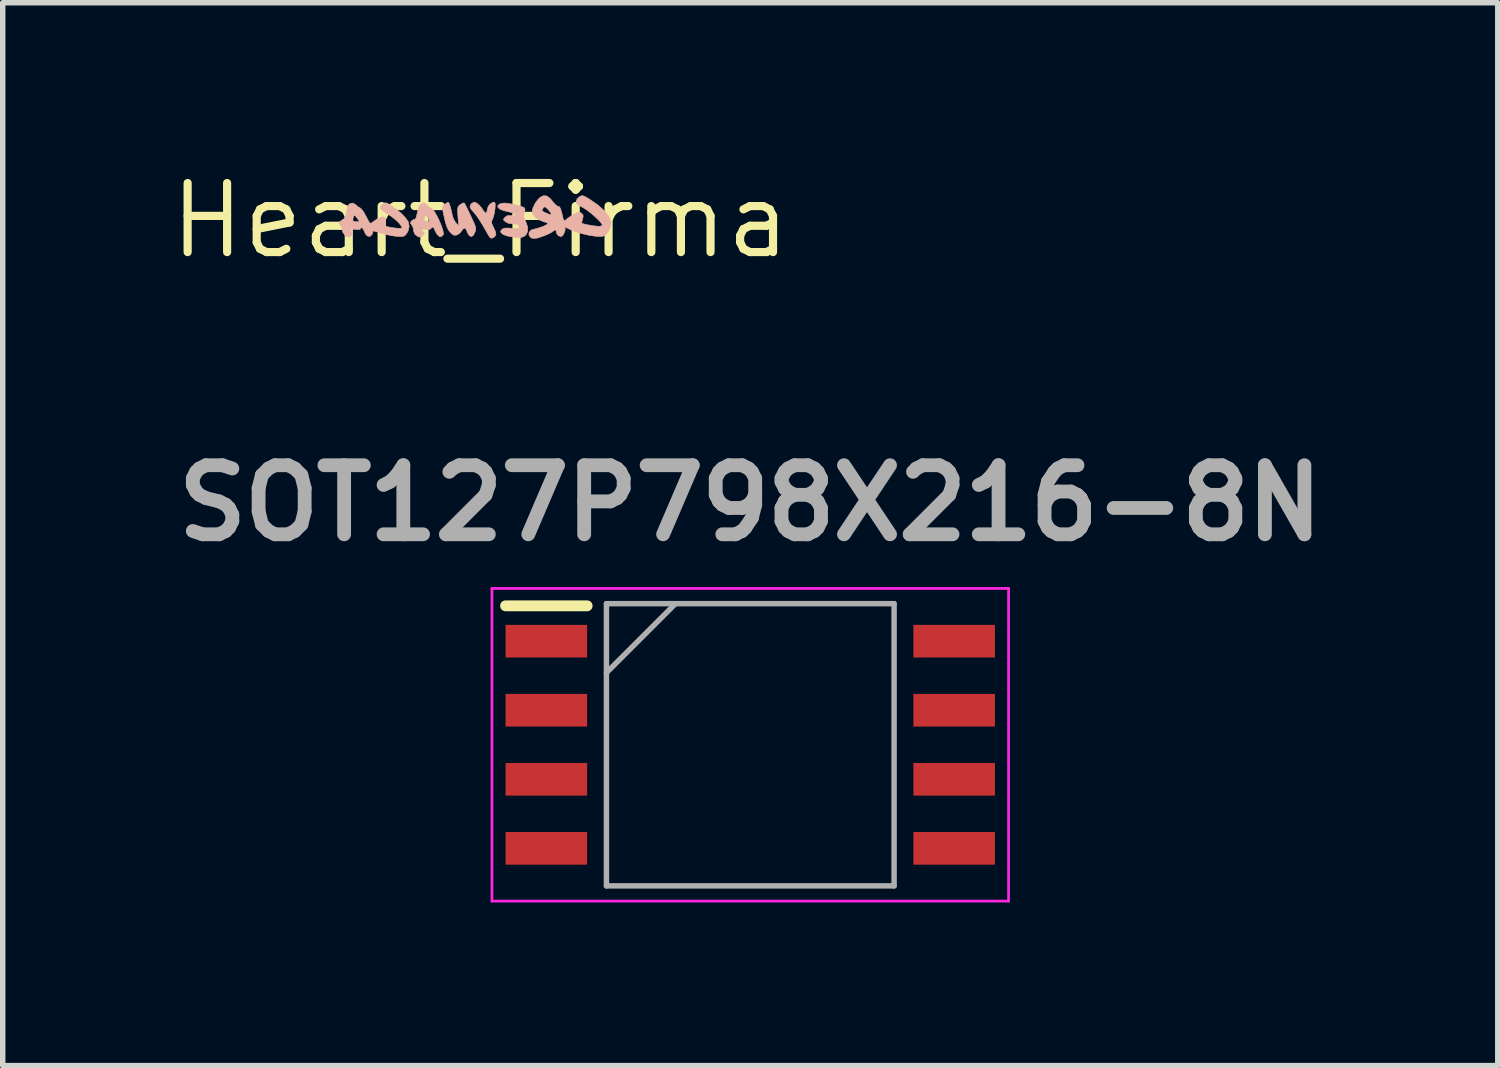
<source format=kicad_pcb>
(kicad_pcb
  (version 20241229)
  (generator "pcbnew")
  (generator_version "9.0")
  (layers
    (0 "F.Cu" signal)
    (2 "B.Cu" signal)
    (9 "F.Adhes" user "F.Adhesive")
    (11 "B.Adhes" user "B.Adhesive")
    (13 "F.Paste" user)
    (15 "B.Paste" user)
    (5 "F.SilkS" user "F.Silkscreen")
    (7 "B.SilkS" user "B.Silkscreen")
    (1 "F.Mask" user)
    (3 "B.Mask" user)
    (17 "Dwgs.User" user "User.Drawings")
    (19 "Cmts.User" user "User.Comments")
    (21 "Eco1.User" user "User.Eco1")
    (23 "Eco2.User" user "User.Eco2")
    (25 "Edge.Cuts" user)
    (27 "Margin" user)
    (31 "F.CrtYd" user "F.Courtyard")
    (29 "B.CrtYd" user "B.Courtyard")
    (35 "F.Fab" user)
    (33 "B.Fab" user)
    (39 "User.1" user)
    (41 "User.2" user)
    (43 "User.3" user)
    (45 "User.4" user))
  (footprint "Heart_Firma"
    (layer "F.Cu")
    (at 5.783 1.006)
    (property "Reference" "Heart_Firma" (at 0 0 0) (layer "F.SilkS") (effects (font (size 1.27 1.27) (thickness 0.15))))
    (attr through_hole)
    (fp_poly (pts (xy 0.265 -0.333) (xy 0.274 -0.308) (xy 0.273 -0.256) (xy 0.27 -0.215) (xy 0.258 -0.135) (xy 0.24 -0.063) (xy 0.227 -0.03) (xy 0.21 0.009) (xy 0.208 0.043) (xy 0.224 0.087) (xy 0.247 0.134) (xy 0.28 0.209) (xy 0.286 0.26) (xy 0.265 0.296) (xy 0.235 0.316) (xy 0.199 0.327) (xy 0.172 0.305) (xy 0.163 0.291) (xy 0.139 0.252) (xy 0.101 0.187) (xy 0.056 0.108) (xy 0.036 0.073) (xy -0.016 -0.011) (xy -0.069 -0.088) (xy -0.114 -0.145) (xy -0.126 -0.158) (xy -0.167 -0.204) (xy -0.189 -0.245) (xy -0.191 -0.254) (xy -0.172 -0.304) (xy -0.128 -0.335) (xy -0.106 -0.339) (xy -0.067 -0.322) (xy -0.018 -0.281) (xy 0.03 -0.225) (xy 0.062 -0.174) (xy 0.09 -0.141) (xy 0.114 -0.146) (xy 0.126 -0.188) (xy 0.127 -0.202) (xy 0.143 -0.258) (xy 0.182 -0.307) (xy 0.23 -0.336) (xy 0.246 -0.339) (xy 0.265 -0.333)) (stroke (width 0.01) (type solid)) (fill yes) (layer "B.SilkS"))
    (fp_poly (pts (xy -0.576 -0.32) (xy -0.557 -0.271) (xy -0.538 -0.203) (xy -0.521 -0.128) (xy -0.518 -0.11) (xy -0.495 -0.033) (xy -0.457 0.032) (xy -0.451 0.038) (xy -0.399 0.095) (xy -0.412 -0.078) (xy -0.417 -0.163) (xy -0.417 -0.217) (xy -0.409 -0.251) (xy -0.391 -0.275) (xy -0.367 -0.295) (xy -0.325 -0.321) (xy -0.297 -0.325) (xy -0.295 -0.323) (xy -0.28 -0.299) (xy -0.252 -0.244) (xy -0.215 -0.167) (xy -0.175 -0.083) (xy -0.13 0.013) (xy -0.101 0.08) (xy -0.087 0.126) (xy -0.084 0.16) (xy -0.09 0.191) (xy -0.101 0.219) (xy -0.132 0.277) (xy -0.165 0.295) (xy -0.201 0.28) (xy -0.223 0.25) (xy -0.244 0.203) (xy -0.269 0.149) (xy -0.297 0.138) (xy -0.329 0.168) (xy -0.343 0.19) (xy -0.385 0.239) (xy -0.436 0.267) (xy -0.48 0.271) (xy -0.518 0.251) (xy -0.553 0.216) (xy -0.583 0.178) (xy -0.607 0.135) (xy -0.628 0.078) (xy -0.65 -0.001) (xy -0.675 -0.112) (xy -0.68 -0.135) (xy -0.694 -0.204) (xy -0.696 -0.245) (xy -0.685 -0.271) (xy -0.659 -0.295) (xy -0.655 -0.298) (xy -0.615 -0.326) (xy -0.592 -0.338) (xy -0.592 -0.338) (xy -0.576 -0.32)) (stroke (width 0.01) (type solid)) (fill yes) (layer "B.SilkS"))
    (fp_poly (pts (xy 0.476 -0.32) (xy 0.548 -0.309) (xy 0.631 -0.293) (xy 0.71 -0.273) (xy 0.774 -0.252) (xy 0.81 -0.235) (xy 0.812 -0.234) (xy 0.823 -0.2) (xy 0.81 -0.145) (xy 0.797 -0.1) (xy 0.802 -0.058) (xy 0.825 -0.001) (xy 0.835 0.019) (xy 0.869 0.115) (xy 0.871 0.197) (xy 0.841 0.261) (xy 0.804 0.291) (xy 0.768 0.306) (xy 0.731 0.313) (xy 0.68 0.312) (xy 0.604 0.303) (xy 0.554 0.296) (xy 0.482 0.28) (xy 0.422 0.256) (xy 0.401 0.242) (xy 0.373 0.212) (xy 0.377 0.187) (xy 0.393 0.167) (xy 0.418 0.148) (xy 0.454 0.138) (xy 0.512 0.138) (xy 0.577 0.142) (xy 0.655 0.148) (xy 0.698 0.148) (xy 0.715 0.14) (xy 0.714 0.123) (xy 0.713 0.118) (xy 0.701 0.083) (xy 0.699 0.072) (xy 0.68 0.067) (xy 0.632 0.064) (xy 0.606 0.064) (xy 0.515 0.05) (xy 0.463 0.023) (xy 0.43 -0.007) (xy 0.428 -0.03) (xy 0.452 -0.06) (xy 0.495 -0.09) (xy 0.554 -0.092) (xy 0.56 -0.091) (xy 0.612 -0.09) (xy 0.643 -0.101) (xy 0.644 -0.103) (xy 0.642 -0.117) (xy 0.617 -0.132) (xy 0.563 -0.15) (xy 0.474 -0.172) (xy 0.434 -0.182) (xy 0.36 -0.209) (xy 0.323 -0.244) (xy 0.323 -0.278) (xy 0.356 -0.306) (xy 0.421 -0.32) (xy 0.476 -0.32)) (stroke (width 0.01) (type solid)) (fill yes) (layer "B.SilkS"))
    (fp_poly (pts (xy -1.008 -0.314) (xy -0.984 -0.288) (xy -0.939 -0.247) (xy -0.898 -0.224) (xy -0.868 -0.199) (xy -0.83 -0.143) (xy -0.789 -0.068) (xy -0.748 0.018) (xy -0.713 0.104) (xy -0.688 0.18) (xy -0.677 0.237) (xy -0.68 0.258) (xy -0.715 0.295) (xy -0.755 0.293) (xy -0.797 0.253) (xy -0.827 0.198) (xy -0.853 0.141) (xy -0.87 0.119) (xy -0.886 0.124) (xy -0.897 0.137) (xy -0.926 0.162) (xy -0.972 0.165) (xy -1.002 0.161) (xy -1.053 0.158) (xy -1.081 0.169) (xy -1.077 0.188) (xy -1.049 0.204) (xy -1.029 0.22) (xy -1.041 0.252) (xy -1.043 0.255) (xy -1.082 0.299) (xy -1.127 0.303) (xy -1.155 0.291) (xy -1.207 0.25) (xy -1.226 0.194) (xy -1.227 0.171) (xy -1.242 0.114) (xy -1.262 0.081) (xy -1.285 0.046) (xy -1.274 0.016) (xy -1.27 0.011) (xy -1.234 -0.016) (xy -1.215 -0.021) (xy -1.198 -0.025) (xy -1.197 -0.028) (xy -1.038 -0.028) (xy -1.024 0.009) (xy -0.984 0.021) (xy -0.944 0.017) (xy -0.931 0.01) (xy -0.942 -0.014) (xy -0.966 -0.055) (xy -0.995 -0.089) (xy -1.014 -0.087) (xy -1.019 -0.081) (xy -1.038 -0.028) (xy -1.197 -0.028) (xy -1.185 -0.043) (xy -1.173 -0.083) (xy -1.157 -0.152) (xy -1.147 -0.201) (xy -1.121 -0.274) (xy -1.079 -0.312) (xy -1.038 -0.327) (xy -1.008 -0.314)) (stroke (width 0.01) (type solid)) (fill yes) (layer "B.SilkS"))
    (fp_poly (pts (xy -1.691 -0.308) (xy -1.638 -0.276) (xy -1.543 -0.208) (xy -1.454 -0.132) (xy -1.38 -0.055) (xy -1.331 0.012) (xy -1.322 0.03) (xy -1.309 0.113) (xy -1.331 0.2) (xy -1.37 0.259) (xy -1.396 0.282) (xy -1.431 0.293) (xy -1.486 0.294) (xy -1.548 0.29) (xy -1.644 0.276) (xy -1.753 0.252) (xy -1.837 0.228) (xy -1.907 0.206) (xy -1.957 0.194) (xy -1.977 0.193) (xy -1.977 0.194) (xy -1.978 0.224) (xy -1.99 0.255) (xy -2.026 0.29) (xy -2.068 0.289) (xy -2.107 0.255) (xy -2.127 0.213) (xy -2.149 0.165) (xy -2.174 0.134) (xy -2.194 0.128) (xy -2.201 0.149) (xy -2.216 0.165) (xy -2.263 0.166) (xy -2.297 0.162) (xy -2.355 0.159) (xy -2.389 0.168) (xy -2.393 0.184) (xy -2.361 0.204) (xy -2.342 0.22) (xy -2.353 0.252) (xy -2.355 0.255) (xy -2.394 0.298) (xy -2.438 0.301) (xy -2.486 0.272) (xy -2.531 0.214) (xy -2.54 0.17) (xy -2.551 0.117) (xy -2.572 0.085) (xy -2.6 0.052) (xy -2.591 0.023) (xy -2.544 -0.008) (xy -2.541 -0.01) (xy -2.532 -0.016) (xy -2.346 -0.016) (xy -2.335 0.012) (xy -2.292 0.021) (xy -2.285 0.021) (xy -2.22 0.021) (xy -2.267 -0.046) (xy -2.299 -0.087) (xy -2.316 -0.096) (xy -2.329 -0.077) (xy -2.331 -0.072) (xy -2.346 -0.016) (xy -2.532 -0.016) (xy -2.5 -0.039) (xy -2.477 -0.081) (xy -2.465 -0.143) (xy -2.452 -0.21) (xy -2.438 -0.264) (xy -2.432 -0.278) (xy -2.393 -0.316) (xy -2.341 -0.321) (xy -2.292 -0.292) (xy -2.247 -0.252) (xy -2.211 -0.233) (xy -2.18 -0.205) (xy -2.14 -0.149) (xy -2.099 -0.075) (xy -2.099 -0.074) (xy -2.062 -0.002) (xy -2.038 0.037) (xy -2.019 0.05) (xy -2 0.043) (xy -1.994 0.038) (xy -1.953 0.008) (xy -1.895 -0.029) (xy -1.876 -0.039) (xy -1.807 -0.068) (xy -1.762 -0.063) (xy -1.742 -0.024) (xy -1.745 0.033) (xy -1.75 0.082) (xy -1.734 0.105) (xy -1.71 0.113) (xy -1.635 0.128) (xy -1.559 0.138) (xy -1.494 0.143) (xy -1.451 0.14) (xy -1.439 0.134) (xy -1.456 0.096) (xy -1.499 0.043) (xy -1.561 -0.016) (xy -1.633 -0.074) (xy -1.707 -0.123) (xy -1.712 -0.126) (xy -1.793 -0.177) (xy -1.834 -0.221) (xy -1.837 -0.261) (xy -1.803 -0.299) (xy -1.791 -0.307) (xy -1.759 -0.325) (xy -1.731 -0.326) (xy -1.691 -0.308)) (stroke (width 0.01) (type solid)) (fill yes) (layer "B.SilkS"))
    (fp_poly (pts (xy 1.228 -0.45) (xy 1.29 -0.401) (xy 1.329 -0.352) (xy 1.375 -0.298) (xy 1.416 -0.266) (xy 1.433 -0.262) (xy 1.455 -0.254) (xy 1.475 -0.221) (xy 1.494 -0.156) (xy 1.503 -0.122) (xy 1.52 -0.047) (xy 1.534 -0.008) (xy 1.547 0.004) (xy 1.565 -0.007) (xy 1.577 -0.019) (xy 1.621 -0.052) (xy 1.683 -0.094) (xy 1.716 -0.113) (xy 1.774 -0.145) (xy 1.811 -0.156) (xy 1.839 -0.148) (xy 1.857 -0.137) (xy 1.887 -0.109) (xy 1.891 -0.072) (xy 1.882 -0.037) (xy 1.869 0.014) (xy 1.863 0.044) (xy 1.863 0.045) (xy 1.882 0.056) (xy 1.931 0.069) (xy 1.999 0.083) (xy 2.073 0.095) (xy 2.142 0.103) (xy 2.187 0.106) (xy 2.229 0.098) (xy 2.244 0.083) (xy 2.228 0.051) (xy 2.185 0.002) (xy 2.124 -0.058) (xy 2.053 -0.12) (xy 1.979 -0.179) (xy 1.91 -0.226) (xy 1.878 -0.244) (xy 1.81 -0.282) (xy 1.774 -0.311) (xy 1.761 -0.339) (xy 1.761 -0.356) (xy 1.783 -0.402) (xy 1.823 -0.439) (xy 1.854 -0.455) (xy 1.883 -0.458) (xy 1.92 -0.444) (xy 1.977 -0.412) (xy 2.003 -0.396) (xy 2.164 -0.285) (xy 2.287 -0.174) (xy 2.361 -0.075) (xy 2.393 -0.013) (xy 2.404 0.035) (xy 2.397 0.092) (xy 2.394 0.109) (xy 2.36 0.195) (xy 2.315 0.251) (xy 2.278 0.279) (xy 2.24 0.292) (xy 2.186 0.294) (xy 2.122 0.289) (xy 2.011 0.273) (xy 1.888 0.245) (xy 1.768 0.21) (xy 1.665 0.172) (xy 1.613 0.146) (xy 1.572 0.126) (xy 1.555 0.123) (xy 1.556 0.127) (xy 1.561 0.166) (xy 1.547 0.217) (xy 1.522 0.266) (xy 1.493 0.294) (xy 1.484 0.296) (xy 1.432 0.278) (xy 1.4 0.232) (xy 1.397 0.207) (xy 1.389 0.174) (xy 1.364 0.177) (xy 1.335 0.199) (xy 1.292 0.227) (xy 1.222 0.26) (xy 1.14 0.292) (xy 1.06 0.318) (xy 1.026 0.326) (xy 0.957 0.327) (xy 0.924 0.312) (xy 0.894 0.268) (xy 0.896 0.219) (xy 0.929 0.179) (xy 0.953 0.168) (xy 1.008 0.153) (xy 1.077 0.134) (xy 1.09 0.13) (xy 1.156 0.108) (xy 1.209 0.082) (xy 1.217 0.077) (xy 1.24 0.057) (xy 1.235 0.044) (xy 1.198 0.03) (xy 1.17 0.023) (xy 1.08 -0.013) (xy 1.008 -0.064) (xy 0.964 -0.122) (xy 0.953 -0.166) (xy 0.959 -0.194) (xy 1.134 -0.194) (xy 1.142 -0.174) (xy 1.181 -0.152) (xy 1.2 -0.143) (xy 1.265 -0.116) (xy 1.297 -0.109) (xy 1.303 -0.121) (xy 1.294 -0.143) (xy 1.263 -0.185) (xy 1.228 -0.222) (xy 1.194 -0.25) (xy 1.174 -0.25) (xy 1.151 -0.222) (xy 1.134 -0.194) (xy 0.959 -0.194) (xy 0.968 -0.234) (xy 1.006 -0.313) (xy 1.059 -0.386) (xy 1.104 -0.429) (xy 1.167 -0.459) (xy 1.228 -0.45)) (stroke (width 0.01) (type solid)) (fill yes) (layer "B.SilkS")))
  (footprint "SOT127P798X216-8N"
    (layer "F.Cu")
    (at 10.747 10.646)
    (property "Reference" "SOT127P798X216-8N" (at 0 -4.445 0) (layer "F.Fab") (effects (font (size 1.27 1.27) (thickness 0.254))))
    (attr smd)
    (fp_line (start -4.5 -2.555) (end -3 -2.555) (stroke (width 0.2) (type solid)) (layer "F.SilkS"))
    (fp_line (start -4.75 -2.875) (end 4.75 -2.875) (stroke (width 0.05) (type solid)) (layer "F.CrtYd"))
    (fp_line (start -4.75 2.875) (end -4.75 -2.875) (stroke (width 0.05) (type solid)) (layer "F.CrtYd"))
    (fp_line (start 4.75 -2.875) (end 4.75 2.875) (stroke (width 0.05) (type solid)) (layer "F.CrtYd"))
    (fp_line (start 4.75 2.875) (end -4.75 2.875) (stroke (width 0.05) (type solid)) (layer "F.CrtYd"))
    (fp_line (start -2.645 -2.595) (end 2.645 -2.595) (stroke (width 0.1) (type solid)) (layer "F.Fab"))
    (fp_line (start -2.645 -1.325) (end -1.375 -2.595) (stroke (width 0.1) (type solid)) (layer "F.Fab"))
    (fp_line (start -2.645 2.595) (end -2.645 -2.595) (stroke (width 0.1) (type solid)) (layer "F.Fab"))
    (fp_line (start 2.645 -2.595) (end 2.645 2.595) (stroke (width 0.1) (type solid)) (layer "F.Fab"))
    (fp_line (start 2.645 2.595) (end -2.645 2.595) (stroke (width 0.1) (type solid)) (layer "F.Fab"))
    (pad "1" smd rect (at -3.75 -1.905 90) (size 0.6 1.5) (layers "F.Cu" "F.Mask" "F.Paste"))
    (pad "2" smd rect (at -3.75 -0.635 90) (size 0.6 1.5) (layers "F.Cu" "F.Mask" "F.Paste"))
    (pad "3" smd rect (at -3.75 0.635 90) (size 0.6 1.5) (layers "F.Cu" "F.Mask" "F.Paste"))
    (pad "4" smd rect (at -3.75 1.905 90) (size 0.6 1.5) (layers "F.Cu" "F.Mask" "F.Paste"))
    (pad "5" smd rect (at 3.75 1.905 90) (size 0.6 1.5) (layers "F.Cu" "F.Mask" "F.Paste"))
    (pad "6" smd rect (at 3.75 0.635 90) (size 0.6 1.5) (layers "F.Cu" "F.Mask" "F.Paste"))
    (pad "7" smd rect (at 3.75 -0.635 90) (size 0.6 1.5) (layers "F.Cu" "F.Mask" "F.Paste"))
    (pad "8" smd rect (at 3.75 -1.905 90) (size 0.6 1.5) (layers "F.Cu" "F.Mask" "F.Paste")))
  (gr_rect
    (start -3 -3)
    (end 24.493 16.546)
    (stroke (width 0.1) (type default))
    (fill no)
    (layer "Edge.Cuts")))
</source>
